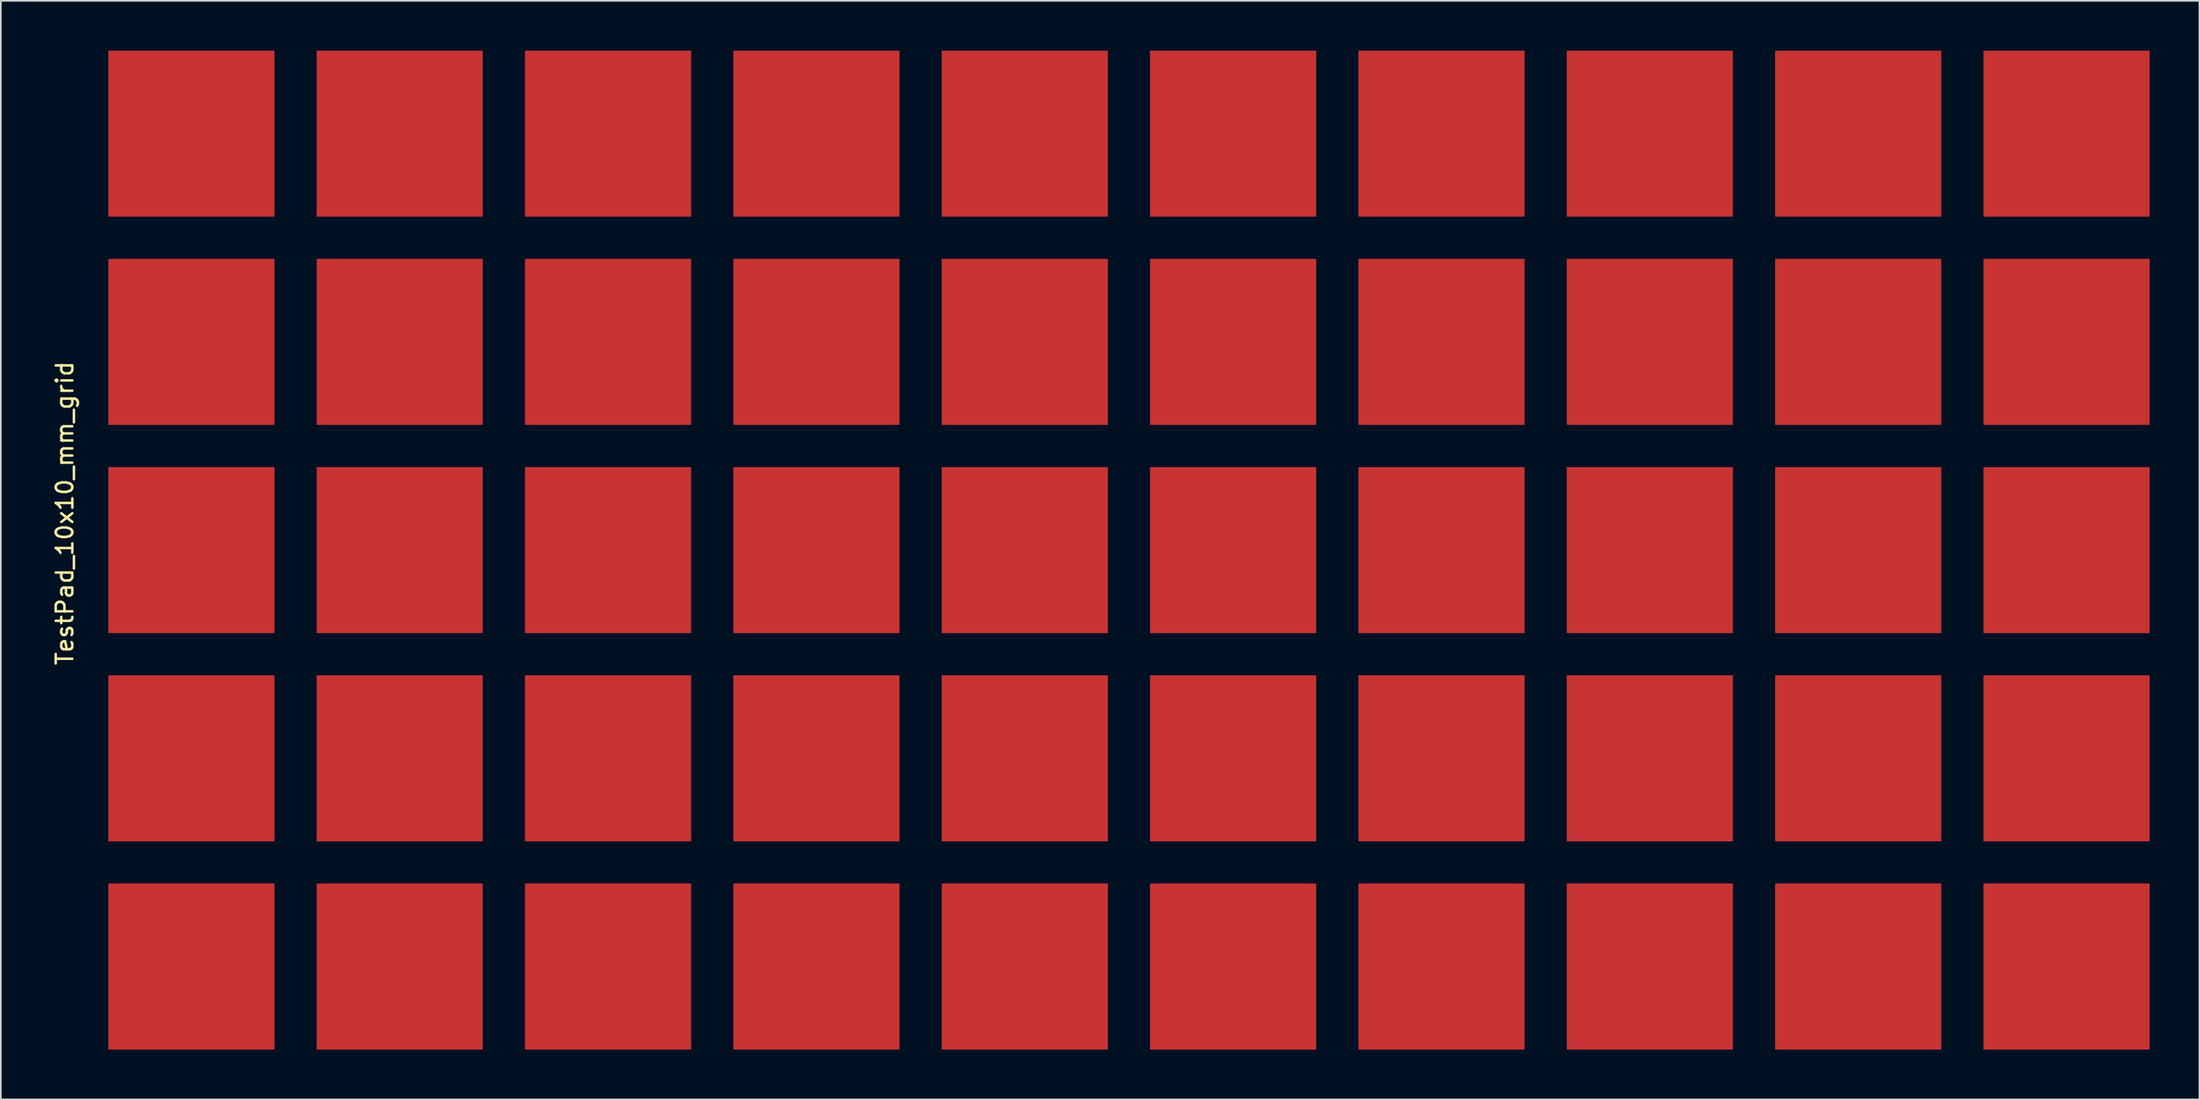
<source format=kicad_pcb>
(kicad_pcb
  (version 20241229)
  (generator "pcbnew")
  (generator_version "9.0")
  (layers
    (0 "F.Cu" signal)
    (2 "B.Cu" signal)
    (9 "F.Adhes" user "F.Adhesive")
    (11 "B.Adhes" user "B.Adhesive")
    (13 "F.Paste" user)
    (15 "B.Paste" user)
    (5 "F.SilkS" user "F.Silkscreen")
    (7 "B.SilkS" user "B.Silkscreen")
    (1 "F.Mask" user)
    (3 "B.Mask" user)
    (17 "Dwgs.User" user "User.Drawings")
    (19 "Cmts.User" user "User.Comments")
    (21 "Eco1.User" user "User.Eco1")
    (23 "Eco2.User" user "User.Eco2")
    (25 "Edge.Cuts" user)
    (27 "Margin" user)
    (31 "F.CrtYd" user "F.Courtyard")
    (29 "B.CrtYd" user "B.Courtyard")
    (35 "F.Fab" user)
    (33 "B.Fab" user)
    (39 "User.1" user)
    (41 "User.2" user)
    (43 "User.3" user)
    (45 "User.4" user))
  (footprint "TestPad_10x10_mm_grid"
    (layer "F.Cu")
    (at 8.468 5)
    (property "Reference" "TestPad_10x10_mm_grid" (at -7.62 22.86 90) (layer "F.SilkS") (effects (font (size 1 1) (thickness 0.15))))
    (attr through_hole)
    (pad "1" smd rect (at 0 0) (size 10 10) (layers "F.Cu" "F.Mask" "F.Paste"))
    (pad "2" smd rect (at 12.54 0) (size 10 10) (layers "F.Cu" "F.Mask" "F.Paste"))
    (pad "3" smd rect (at 25.08 0) (size 10 10) (layers "F.Cu" "F.Mask" "F.Paste"))
    (pad "4" smd rect (at 37.62 0) (size 10 10) (layers "F.Cu" "F.Mask" "F.Paste"))
    (pad "5" smd rect (at 50.16 0) (size 10 10) (layers "F.Cu" "F.Mask" "F.Paste"))
    (pad "6" smd rect (at 62.7 0) (size 10 10) (layers "F.Cu" "F.Mask" "F.Paste"))
    (pad "7" smd rect (at 75.24 0) (size 10 10) (layers "F.Cu" "F.Mask" "F.Paste"))
    (pad "8" smd rect (at 87.78 0) (size 10 10) (layers "F.Cu" "F.Mask" "F.Paste"))
    (pad "9" smd rect (at 100.32 0) (size 10 10) (layers "F.Cu" "F.Mask" "F.Paste"))
    (pad "10" smd rect (at 112.86 0) (size 10 10) (layers "F.Cu" "F.Mask" "F.Paste"))
    (pad "11" smd rect (at 0 12.54) (size 10 10) (layers "F.Cu" "F.Mask" "F.Paste"))
    (pad "12" smd rect (at 12.54 12.54) (size 10 10) (layers "F.Cu" "F.Mask" "F.Paste"))
    (pad "13" smd rect (at 25.08 12.54) (size 10 10) (layers "F.Cu" "F.Mask" "F.Paste"))
    (pad "14" smd rect (at 37.62 12.54) (size 10 10) (layers "F.Cu" "F.Mask" "F.Paste"))
    (pad "15" smd rect (at 50.16 12.54) (size 10 10) (layers "F.Cu" "F.Mask" "F.Paste"))
    (pad "16" smd rect (at 62.7 12.54) (size 10 10) (layers "F.Cu" "F.Mask" "F.Paste"))
    (pad "17" smd rect (at 75.24 12.54) (size 10 10) (layers "F.Cu" "F.Mask" "F.Paste"))
    (pad "18" smd rect (at 87.78 12.54) (size 10 10) (layers "F.Cu" "F.Mask" "F.Paste"))
    (pad "19" smd rect (at 100.32 12.54) (size 10 10) (layers "F.Cu" "F.Mask" "F.Paste"))
    (pad "20" smd rect (at 112.86 12.54) (size 10 10) (layers "F.Cu" "F.Mask" "F.Paste"))
    (pad "21" smd rect (at 0 25.08) (size 10 10) (layers "F.Cu" "F.Mask" "F.Paste"))
    (pad "22" smd rect (at 12.54 25.08) (size 10 10) (layers "F.Cu" "F.Mask" "F.Paste"))
    (pad "23" smd rect (at 25.08 25.08) (size 10 10) (layers "F.Cu" "F.Mask" "F.Paste"))
    (pad "24" smd rect (at 37.62 25.08) (size 10 10) (layers "F.Cu" "F.Mask" "F.Paste"))
    (pad "25" smd rect (at 50.16 25.08) (size 10 10) (layers "F.Cu" "F.Mask" "F.Paste"))
    (pad "26" smd rect (at 62.7 25.08) (size 10 10) (layers "F.Cu" "F.Mask" "F.Paste"))
    (pad "27" smd rect (at 75.24 25.08) (size 10 10) (layers "F.Cu" "F.Mask" "F.Paste"))
    (pad "28" smd rect (at 87.78 25.08) (size 10 10) (layers "F.Cu" "F.Mask" "F.Paste"))
    (pad "29" smd rect (at 100.32 25.08) (size 10 10) (layers "F.Cu" "F.Mask" "F.Paste"))
    (pad "30" smd rect (at 112.86 25.08) (size 10 10) (layers "F.Cu" "F.Mask" "F.Paste"))
    (pad "31" smd rect (at 0 37.62) (size 10 10) (layers "F.Cu" "F.Mask" "F.Paste"))
    (pad "32" smd rect (at 12.54 37.62) (size 10 10) (layers "F.Cu" "F.Mask" "F.Paste"))
    (pad "33" smd rect (at 25.08 37.62) (size 10 10) (layers "F.Cu" "F.Mask" "F.Paste"))
    (pad "34" smd rect (at 37.62 37.62) (size 10 10) (layers "F.Cu" "F.Mask" "F.Paste"))
    (pad "35" smd rect (at 50.16 37.62) (size 10 10) (layers "F.Cu" "F.Mask" "F.Paste"))
    (pad "36" smd rect (at 62.7 37.62) (size 10 10) (layers "F.Cu" "F.Mask" "F.Paste"))
    (pad "37" smd rect (at 75.24 37.62) (size 10 10) (layers "F.Cu" "F.Mask" "F.Paste"))
    (pad "38" smd rect (at 87.78 37.62) (size 10 10) (layers "F.Cu" "F.Mask" "F.Paste"))
    (pad "39" smd rect (at 100.32 37.62) (size 10 10) (layers "F.Cu" "F.Mask" "F.Paste"))
    (pad "40" smd rect (at 112.86 37.62) (size 10 10) (layers "F.Cu" "F.Mask" "F.Paste"))
    (pad "41" smd rect (at 0 50.16) (size 10 10) (layers "F.Cu" "F.Mask" "F.Paste"))
    (pad "42" smd rect (at 12.54 50.16) (size 10 10) (layers "F.Cu" "F.Mask" "F.Paste"))
    (pad "43" smd rect (at 25.08 50.16) (size 10 10) (layers "F.Cu" "F.Mask" "F.Paste"))
    (pad "44" smd rect (at 37.62 50.16) (size 10 10) (layers "F.Cu" "F.Mask" "F.Paste"))
    (pad "45" smd rect (at 50.16 50.16) (size 10 10) (layers "F.Cu" "F.Mask" "F.Paste"))
    (pad "46" smd rect (at 62.7 50.16) (size 10 10) (layers "F.Cu" "F.Mask" "F.Paste"))
    (pad "47" smd rect (at 75.24 50.16) (size 10 10) (layers "F.Cu" "F.Mask" "F.Paste"))
    (pad "48" smd rect (at 87.78 50.16) (size 10 10) (layers "F.Cu" "F.Mask" "F.Paste"))
    (pad "49" smd rect (at 100.32 50.16) (size 10 10) (layers "F.Cu" "F.Mask" "F.Paste"))
    (pad "50" smd rect (at 112.86 50.16) (size 10 10) (layers "F.Cu" "F.Mask" "F.Paste")))
  (gr_rect
    (start -3 -3)
    (end 129.328 63.16)
    (stroke (width 0.1) (type default))
    (fill no)
    (layer "Edge.Cuts")))
</source>
